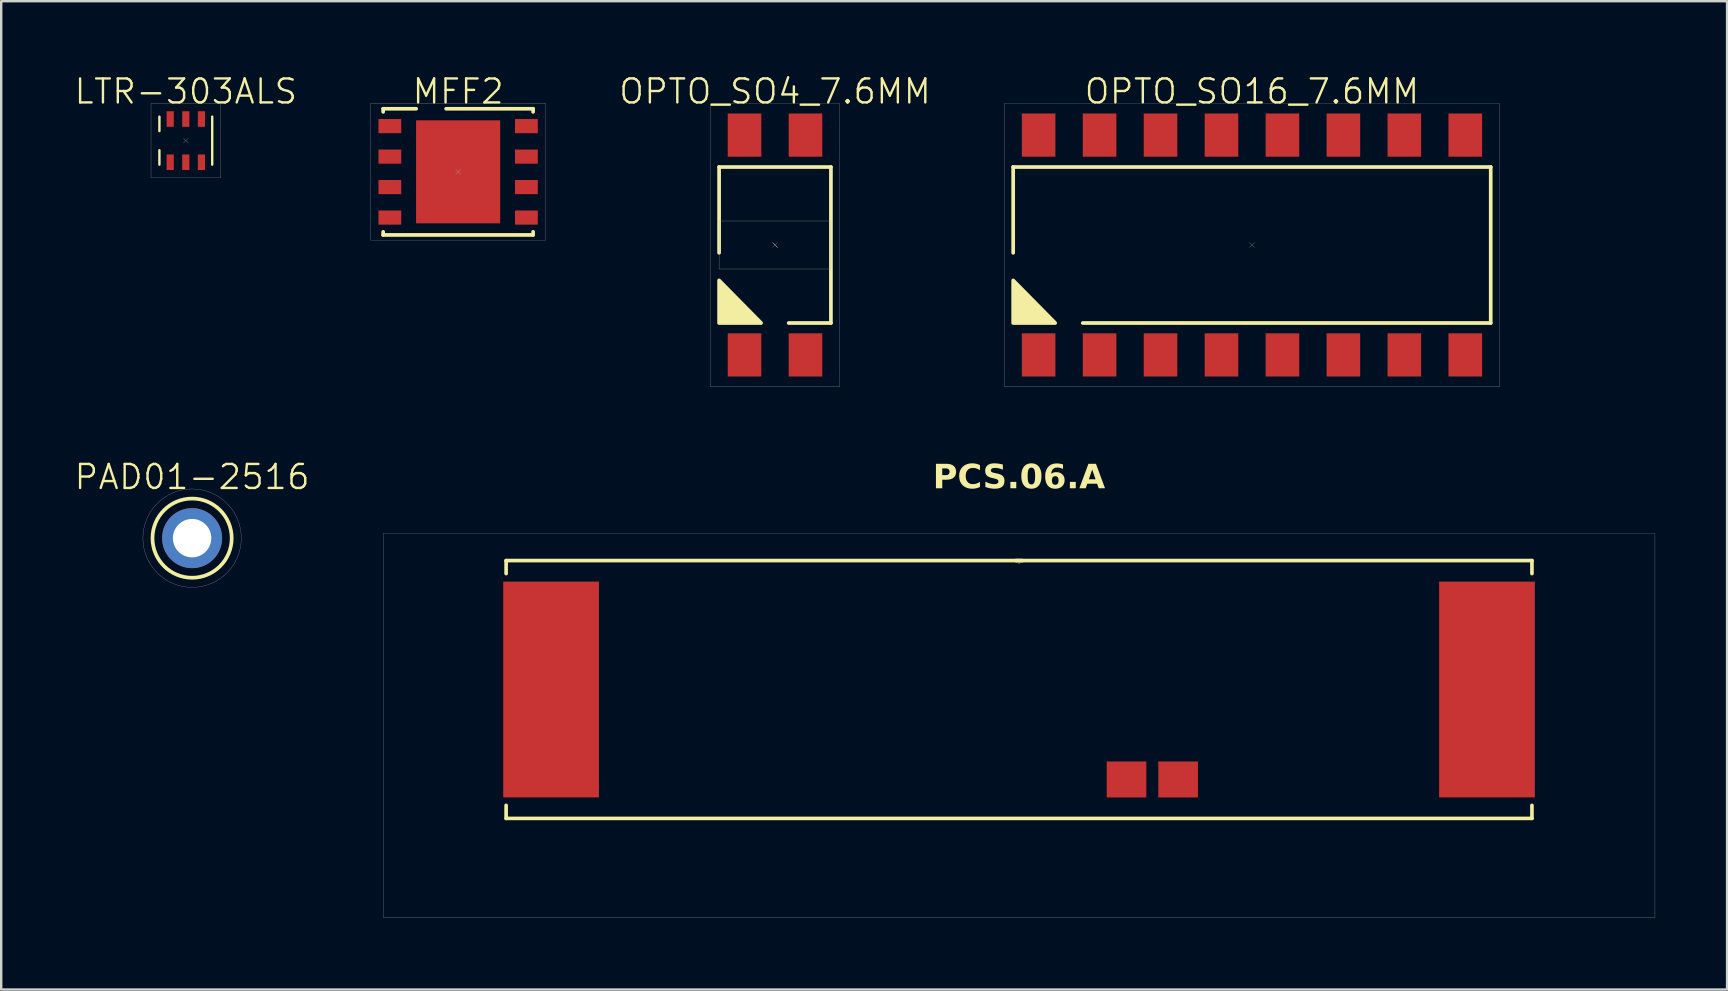
<source format=kicad_pcb>
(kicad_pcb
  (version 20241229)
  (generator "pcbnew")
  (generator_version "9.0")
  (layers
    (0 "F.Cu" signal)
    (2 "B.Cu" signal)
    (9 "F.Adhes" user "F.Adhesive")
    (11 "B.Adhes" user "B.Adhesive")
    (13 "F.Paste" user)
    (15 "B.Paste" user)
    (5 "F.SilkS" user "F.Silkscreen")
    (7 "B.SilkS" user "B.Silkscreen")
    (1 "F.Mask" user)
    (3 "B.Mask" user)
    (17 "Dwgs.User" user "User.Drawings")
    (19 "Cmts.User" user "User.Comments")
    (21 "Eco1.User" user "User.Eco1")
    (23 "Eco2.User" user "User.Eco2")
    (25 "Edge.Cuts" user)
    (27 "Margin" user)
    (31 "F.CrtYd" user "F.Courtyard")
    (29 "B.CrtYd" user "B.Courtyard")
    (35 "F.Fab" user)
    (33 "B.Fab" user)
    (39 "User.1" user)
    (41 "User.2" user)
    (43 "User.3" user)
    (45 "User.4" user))
  (footprint "PCS.06.A"
    (layer "F.Cu")
    (at 39.415 25.682)
    (property "Reference" "PCS.06.A" (at 0 -8.8 0) (unlocked yes) (layer "F.SilkS") (effects (font (face "Arial") (size 1 1) (thickness 0.15) (bold yes))))
    (attr smd)
    (fp_line (start -21.374 -5.372) (end -21.374 -4.829) (stroke (width 0.152) (type solid)) (layer "F.SilkS"))
    (fp_line (start -21.374 4.829) (end -21.374 5.372) (stroke (width 0.152) (type solid)) (layer "F.SilkS"))
    (fp_line (start -21.374 5.372) (end 21.374 5.372) (stroke (width 0.152) (type solid)) (layer "F.SilkS"))
    (fp_line (start 0.127 -5.372) (end -0.127 -5.372) (stroke (width 0.152) (type solid)) (layer "F.SilkS"))
    (fp_line (start 21.374 -5.372) (end -21.374 -5.372) (stroke (width 0.152) (type solid)) (layer "F.SilkS"))
    (fp_line (start 21.374 -4.829) (end 21.374 -5.372) (stroke (width 0.152) (type solid)) (layer "F.SilkS"))
    (fp_line (start 21.374 5.372) (end 21.374 4.829) (stroke (width 0.152) (type solid)) (layer "F.SilkS"))
    (fp_line (start 0 -5.245) (end 0 -5.245) (stroke (width 0.025) (type solid)) (layer "F.Fab"))
    (fp_line (start 0 -5.245) (end 0 -5.245) (stroke (width 0.025) (type solid)) (layer "F.Fab"))
    (fp_line (start 0 -5.245) (end 0 -5.245) (stroke (width 0.025) (type solid)) (layer "F.Fab"))
    (fp_line (start 0 -5.245) (end 0 -5.245) (stroke (width 0.025) (type solid)) (layer "F.Fab"))
    (fp_rect (start -26.5 -6.5) (end 26.5 9.5) (stroke (width 0.01) (type default)) (fill no) (layer "F.Fab"))
    (pad "1" smd rect (at -19.5 0) (size 3.988 8.992) (layers "F.Cu" "F.Mask" "F.Paste"))
    (pad "2" smd rect (at 19.5 0) (size 3.988 8.992) (layers "F.Cu" "F.Mask" "F.Paste"))
    (pad "3" smd rect (at 4.48 3.75) (size 1.651 1.499) (layers "F.Cu" "F.Mask" "F.Paste"))
    (pad "4" smd rect (at 6.63 3.75) (size 1.651 1.499) (layers "F.Cu" "F.Mask" "F.Paste"))
    (zone (net_name "") (layers "F.Cu" "B.Cu") (hatch edge 0.5) (connect_pads) (min_thickness 0.25) (filled_areas_thickness no) (keepout (tracks allowed) (vias allowed) (pads allowed) (copperpour not_allowed) (footprints allowed)) (placement (enabled no)) (fill) (polygon (pts (xy 12.915 19.182) (xy 65.915 19.182) (xy 65.915 35.182) (xy 12.915 35.182)))))
  (footprint "OPTO_SO16_7.6MM"
    (layer "F.Cu")
    (at 49.121 7.16)
    (property "Reference" "OPTO_SO16_7.6MM" (at 0 -6.4 0) (unlocked yes) (layer "F.SilkS") (effects (font (size 1 1) (thickness 0.1))))
    (attr smd)
    (fp_line (start -9.95 -3.25) (end -9.95 0.325) (stroke (width 0.154) (type default)) (layer "F.SilkS"))
    (fp_line (start -9.95 -3.25) (end 9.95 -3.25) (stroke (width 0.154) (type default)) (layer "F.SilkS"))
    (fp_line (start 9.95 -3.25) (end 9.95 3.25) (stroke (width 0.154) (type default)) (layer "F.SilkS"))
    (fp_line (start 9.95 3.25) (end -7.05 3.25) (stroke (width 0.154) (type default)) (layer "F.SilkS"))
    (fp_poly (pts (xy -9.95 1.475) (xy -9.95 3.25) (xy -8.2 3.25)) (stroke (width 0.154) (type solid)) (fill yes) (layer "F.SilkS"))
    (fp_line (start -0.1 -0.1) (end 0.1 0.1) (stroke (width 0.01) (type default)) (layer "F.Fab"))
    (fp_line (start 0.1 -0.1) (end -0.1 0.1) (stroke (width 0.01) (type default)) (layer "F.Fab"))
    (fp_rect (start -10.32 -5.9) (end 10.32 5.9) (stroke (width 0.01) (type default)) (fill no) (layer "F.Fab"))
    (pad "1" smd rect (at -8.89 4.58) (size 1.4 1.8) (layers "F.Cu" "F.Mask" "F.Paste"))
    (pad "2" smd rect (at -6.35 4.58) (size 1.4 1.8) (layers "F.Cu" "F.Mask" "F.Paste"))
    (pad "3" smd rect (at -3.81 4.58) (size 1.4 1.8) (layers "F.Cu" "F.Mask" "F.Paste"))
    (pad "4" smd rect (at -1.27 4.58) (size 1.4 1.8) (layers "F.Cu" "F.Mask" "F.Paste"))
    (pad "5" smd rect (at 1.27 4.58) (size 1.4 1.8) (layers "F.Cu" "F.Mask" "F.Paste"))
    (pad "6" smd rect (at 3.81 4.58) (size 1.4 1.8) (layers "F.Cu" "F.Mask" "F.Paste"))
    (pad "7" smd rect (at 6.35 4.58) (size 1.4 1.8) (layers "F.Cu" "F.Mask" "F.Paste"))
    (pad "8" smd rect (at 8.89 4.58) (size 1.4 1.8) (layers "F.Cu" "F.Mask" "F.Paste"))
    (pad "9" smd rect (at 8.89 -4.58) (size 1.4 1.8) (layers "F.Cu" "F.Mask" "F.Paste"))
    (pad "10" smd rect (at 6.35 -4.58) (size 1.4 1.8) (layers "F.Cu" "F.Mask" "F.Paste"))
    (pad "11" smd rect (at 3.81 -4.58) (size 1.4 1.8) (layers "F.Cu" "F.Mask" "F.Paste"))
    (pad "12" smd rect (at 1.27 -4.58) (size 1.4 1.8) (layers "F.Cu" "F.Mask" "F.Paste"))
    (pad "13" smd rect (at -1.27 -4.58) (size 1.4 1.8) (layers "F.Cu" "F.Mask" "F.Paste"))
    (pad "14" smd rect (at -3.81 -4.58) (size 1.4 1.8) (layers "F.Cu" "F.Mask" "F.Paste"))
    (pad "15" smd rect (at -6.35 -4.58) (size 1.4 1.8) (layers "F.Cu" "F.Mask" "F.Paste"))
    (pad "16" smd rect (at -8.89 -4.58) (size 1.4 1.8) (layers "F.Cu" "F.Mask" "F.Paste")))
  (footprint "MFF2"
    (layer "F.Cu")
    (at 16.041 4.111)
    (property "Reference" "MFF2" (at 0 -3.35 0) (unlocked yes) (layer "F.SilkS") (effects (font (size 1 1) (thickness 0.1))))
    (attr smd)
    (fp_line (start -3.124 -2.629) (end -3.124 -2.5) (stroke (width 0.154) (type solid)) (layer "F.SilkS"))
    (fp_line (start -3.124 2.5) (end -3.124 2.629) (stroke (width 0.154) (type solid)) (layer "F.SilkS"))
    (fp_line (start -3.124 2.629) (end 3.124 2.629) (stroke (width 0.154) (type solid)) (layer "F.SilkS"))
    (fp_line (start -1.75 -2.629) (end -3.124 -2.629) (stroke (width 0.154) (type solid)) (layer "F.SilkS"))
    (fp_line (start 3.124 -2.629) (end -0.5 -2.629) (stroke (width 0.154) (type solid)) (layer "F.SilkS"))
    (fp_line (start 3.124 -2.5) (end 3.124 -2.629) (stroke (width 0.154) (type solid)) (layer "F.SilkS"))
    (fp_line (start 3.124 2.629) (end 3.124 2.5) (stroke (width 0.154) (type solid)) (layer "F.SilkS"))
    (fp_line (start -0.1 -0.1) (end 0.1 0.1) (stroke (width 0.01) (type default)) (layer "F.Fab"))
    (fp_line (start 0.1 -0.1) (end -0.1 0.1) (stroke (width 0.01) (type default)) (layer "F.Fab"))
    (fp_rect (start -3.65 -2.85) (end 3.65 2.85) (stroke (width 0.01) (type default)) (fill no) (layer "F.Fab"))
    (pad "1" smd rect (at -2.845 -1.905) (size 0.95 0.59) (layers "F.Cu" "F.Mask" "F.Paste"))
    (pad "2" smd rect (at -2.845 -0.635) (size 0.95 0.59) (layers "F.Cu" "F.Mask" "F.Paste"))
    (pad "3" smd rect (at -2.845 0.635) (size 0.95 0.59) (layers "F.Cu" "F.Mask" "F.Paste"))
    (pad "4" smd rect (at -2.845 1.905) (size 0.95 0.59) (layers "F.Cu" "F.Mask" "F.Paste"))
    (pad "5" smd rect (at 2.845 1.905) (size 0.95 0.59) (layers "F.Cu" "F.Mask" "F.Paste"))
    (pad "6" smd rect (at 2.845 0.635) (size 0.95 0.59) (layers "F.Cu" "F.Mask" "F.Paste"))
    (pad "7" smd rect (at 2.845 -0.635) (size 0.95 0.59) (layers "F.Cu" "F.Mask" "F.Paste"))
    (pad "8" smd rect (at 2.845 -1.905) (size 0.95 0.59) (layers "F.Cu" "F.Mask" "F.Paste"))
    (pad "9" smd rect (at 0 0) (size 3.505 4.293) (layers "F.Cu" "F.Mask" "F.Paste"))
    (zone (net_name "") (layer "F.Cu") (hatch edge 0.5) (connect_pads) (min_thickness 0.25) (filled_areas_thickness no) (keepout (tracks allowed) (vias allowed) (pads allowed) (copperpour not_allowed) (footprints allowed)) (placement (enabled no)) (fill) (polygon (pts (xy 13.691 1.911) (xy 18.391 1.911) (xy 18.391 6.311) (xy 13.691 6.311)))))
  (footprint "LTR-303ALS"
    (layer "F.Cu")
    (at 4.693 2.811)
    (property "Reference" "LTR-303ALS" (at 0 -2.05 0) (unlocked yes) (layer "F.SilkS") (effects (font (size 1 1) (thickness 0.1))))
    (attr smd)
    (fp_line (start -1.1 -0.4) (end -1.1 -1) (stroke (width 0.1) (type default)) (layer "F.SilkS"))
    (fp_line (start -1.1 1) (end -1.1 0.4) (stroke (width 0.1) (type default)) (layer "F.SilkS"))
    (fp_line (start 1.1 1) (end 1.1 -1) (stroke (width 0.1) (type default)) (layer "F.SilkS"))
    (fp_line (start -0.1 -0.1) (end 0.1 0.1) (stroke (width 0.01) (type default)) (layer "F.Fab"))
    (fp_line (start 0.1 -0.1) (end -0.1 0.1) (stroke (width 0.01) (type default)) (layer "F.Fab"))
    (fp_rect (start -1.45 -1.55) (end 1.45 1.55) (stroke (width 0.01) (type default)) (fill no) (layer "F.Fab"))
    (pad "1" smd rect (at -0.65 0.9) (size 0.3 0.65) (layers "F.Cu" "F.Mask" "F.Paste"))
    (pad "2" smd rect (at 0 0.9) (size 0.3 0.65) (layers "F.Cu" "F.Mask" "F.Paste"))
    (pad "3" smd rect (at 0.65 0.9) (size 0.3 0.65) (layers "F.Cu" "F.Mask" "F.Paste"))
    (pad "4" smd rect (at 0.65 -0.9) (size 0.3 0.65) (layers "F.Cu" "F.Mask" "F.Paste"))
    (pad "5" smd rect (at 0 -0.9) (size 0.3 0.65) (layers "F.Cu" "F.Mask" "F.Paste"))
    (pad "6" smd rect (at -0.65 -0.9) (size 0.3 0.65) (layers "F.Cu" "F.Mask" "F.Paste")))
  (footprint "PAD01-2516"
    (layer "F.Cu")
    (at 4.955 19.376)
    (property "Reference" "PAD01-2516" (at 0 -2.55 0) (unlocked yes) (layer "F.SilkS") (effects (font (size 1 1) (thickness 0.1))))
    (attr through_hole)
    (fp_circle (center 0 0) (end 1.65 0) (stroke (width 0.154) (type default)) (fill no) (layer "F.SilkS"))
    (fp_circle (center 0 0) (end 2.05 0) (stroke (width 0.01) (type default)) (fill no) (layer "F.Fab"))
    (pad "1" thru_hole circle (at 0 0) (size 2.5 2.5) (drill 1.6) (layers "*.Cu" "*.Mask")))
  (footprint "OPTO_SO4_7.6MM"
    (layer "F.Cu")
    (at 29.246 7.16)
    (property "Reference" "OPTO_SO4_7.6MM" (at 0 -6.4 0) (unlocked yes) (layer "F.SilkS") (effects (font (size 1 1) (thickness 0.1))))
    (attr smd)
    (fp_line (start -2.33 -3.25) (end -2.33 0.325) (stroke (width 0.154) (type default)) (layer "F.SilkS"))
    (fp_line (start -2.33 -3.25) (end 2.33 -3.25) (stroke (width 0.154) (type default)) (layer "F.SilkS"))
    (fp_line (start 2.33 -3.25) (end 2.33 3.25) (stroke (width 0.154) (type default)) (layer "F.SilkS"))
    (fp_line (start 2.33 3.25) (end 0.57 3.25) (stroke (width 0.154) (type default)) (layer "F.SilkS"))
    (fp_poly (pts (xy -2.33 1.475) (xy -2.33 3.25) (xy -0.58 3.25)) (stroke (width 0.154) (type solid)) (fill yes) (layer "F.SilkS"))
    (fp_line (start -0.1 -0.1) (end 0.1 0.1) (stroke (width 0.01) (type default)) (layer "F.Fab"))
    (fp_line (start -0.1 -0.1) (end 0.1 0.1) (stroke (width 0.01) (type default)) (layer "F.Fab"))
    (fp_line (start -0.1 -0.1) (end 0.1 0.1) (stroke (width 0.01) (type default)) (layer "F.Fab"))
    (fp_line (start 0.1 -0.1) (end -0.1 0.1) (stroke (width 0.01) (type default)) (layer "F.Fab"))
    (fp_rect (start -2.7 -5.9) (end 2.7 5.9) (stroke (width 0.01) (type default)) (fill no) (layer "F.Fab"))
    (fp_rect (start -2.33 -1) (end 2.33 1) (stroke (width 0.01) (type default)) (fill no) (layer "F.Fab"))
    (pad "1" smd rect (at -1.27 4.58) (size 1.4 1.8) (layers "F.Cu" "F.Mask" "F.Paste"))
    (pad "2" smd rect (at 1.27 4.58) (size 1.4 1.8) (layers "F.Cu" "F.Mask" "F.Paste"))
    (pad "3" smd rect (at 1.27 -4.58) (size 1.4 1.8) (layers "F.Cu" "F.Mask" "F.Paste"))
    (pad "4" smd rect (at -1.27 -4.58) (size 1.4 1.8) (layers "F.Cu" "F.Mask" "F.Paste"))
    (zone (net_name "") (layers "F.Cu" "F.Fab") (hatch edge 0.5) (connect_pads) (min_thickness 0.25) (filled_areas_thickness no) (keepout (tracks not_allowed) (vias not_allowed) (pads not_allowed) (copperpour not_allowed) (footprints allowed)) (placement (enabled no)) (fill) (polygon (pts (xy 26.916 6.16) (xy 31.576 6.16) (xy 31.576 8.161) (xy 26.916 8.161)))))
  (gr_rect
    (start -3 -3)
    (end 68.92 38.187)
    (stroke (width 0.1) (type default))
    (fill no)
    (layer "Edge.Cuts")))
</source>
